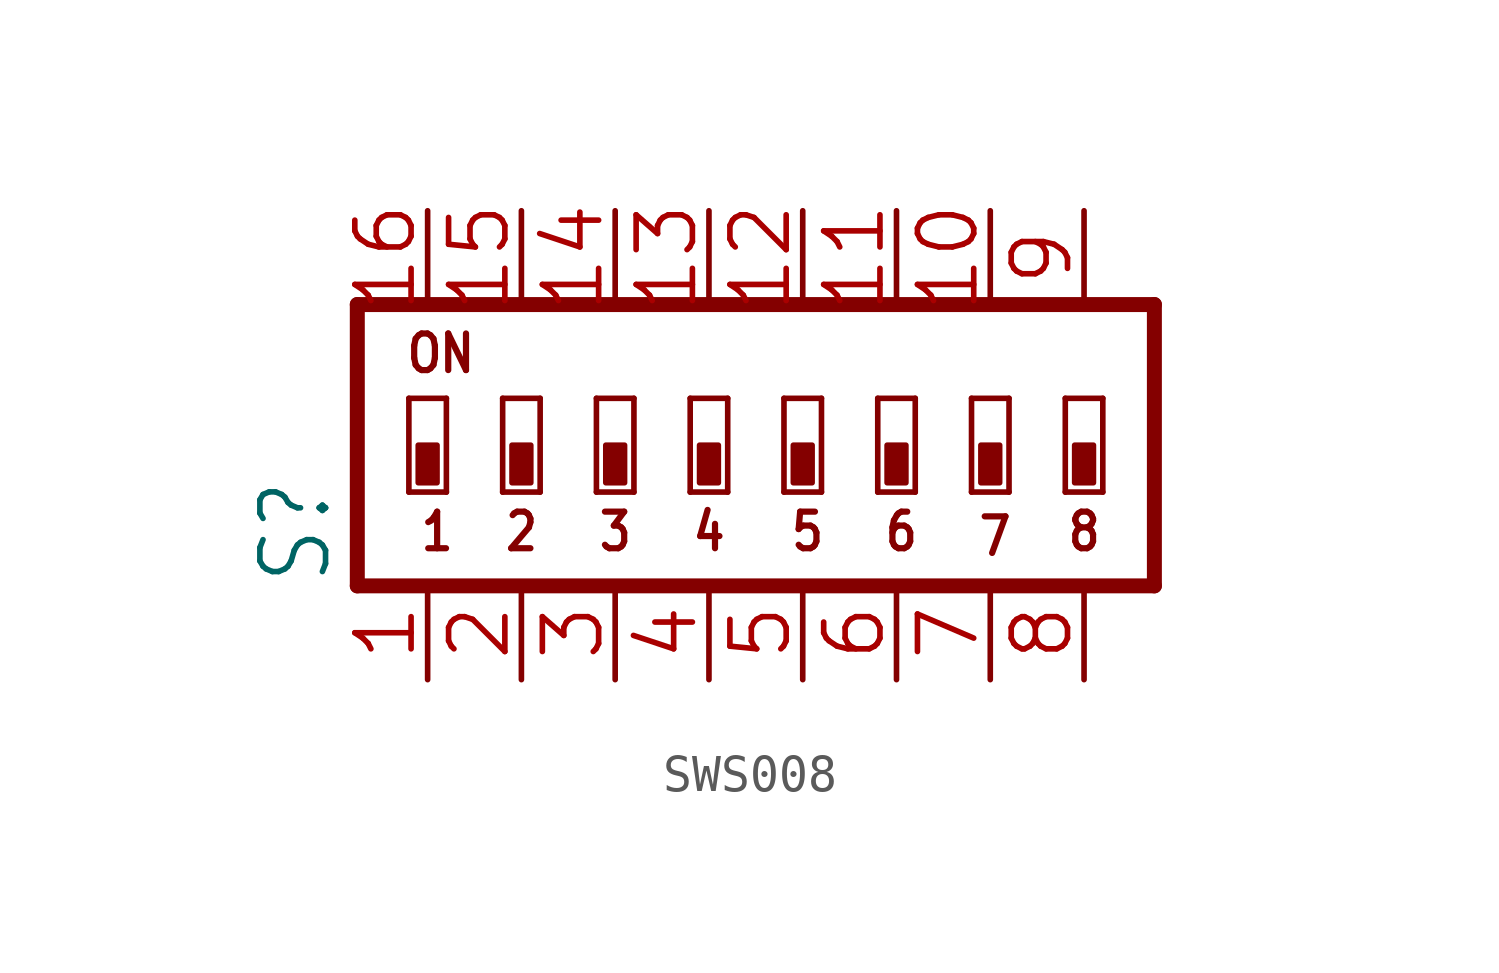
<source format=kicad_sym>
(kicad_symbol_lib
  (version 20241209)
  (generator "kicad_symbol_editor")
  (generator_version "9.0")
  (symbol "SWS008"
    (property "Reference" "S"
      (at -10.16 -2.54 90)
      (effects (font (size 1.778 1.511)) (justify left bottom)))
    (property "Value" ""
      (at 14.605 -2.54 90)
      (effects (font (size 1.778 1.511)) (justify left bottom)))
    (property "ki_locked" ""
      (at 0 0 0)
      (effects (font (size 1.27 1.27))))
    (symbol "SWS008_1_0"
      (polyline (pts (xy -9.525 5.08) (xy -9.525 -2.54)) (stroke (width 0.406) (type solid)) (fill (type none)))
      (polyline (pts (xy -9.525 -2.54) (xy 12.065 -2.54)) (stroke (width 0.406) (type solid)) (fill (type none)))
      (polyline (pts (xy -8.128 2.54) (xy -7.112 2.54)) (stroke (width 0.152) (type solid)) (fill (type none)))
      (polyline (pts (xy -8.128 0) (xy -8.128 2.54)) (stroke (width 0.152) (type solid)) (fill (type none)))
      (rectangle (start -7.874 0.254) (end -7.366 1.27) (stroke (width 0) (type default)) (fill (type outline)))
      (polyline (pts (xy -7.112 2.54) (xy -7.112 0)) (stroke (width 0.152) (type solid)) (fill (type none)))
      (polyline (pts (xy -7.112 0) (xy -8.128 0)) (stroke (width 0.152) (type solid)) (fill (type none)))
      (polyline (pts (xy -5.588 2.54) (xy -4.572 2.54)) (stroke (width 0.152) (type solid)) (fill (type none)))
      (polyline (pts (xy -5.588 0) (xy -5.588 2.54)) (stroke (width 0.152) (type solid)) (fill (type none)))
      (rectangle (start -5.334 0.254) (end -4.826 1.27) (stroke (width 0) (type default)) (fill (type outline)))
      (polyline (pts (xy -4.572 2.54) (xy -4.572 0)) (stroke (width 0.152) (type solid)) (fill (type none)))
      (polyline (pts (xy -4.572 0) (xy -5.588 0)) (stroke (width 0.152) (type solid)) (fill (type none)))
      (polyline (pts (xy -3.048 2.54) (xy -2.032 2.54)) (stroke (width 0.152) (type solid)) (fill (type none)))
      (polyline (pts (xy -3.048 0) (xy -3.048 2.54)) (stroke (width 0.152) (type solid)) (fill (type none)))
      (rectangle (start -2.794 0.254) (end -2.286 1.27) (stroke (width 0) (type default)) (fill (type outline)))
      (polyline (pts (xy -2.032 2.54) (xy -2.032 0)) (stroke (width 0.152) (type solid)) (fill (type none)))
      (polyline (pts (xy -2.032 0) (xy -3.048 0)) (stroke (width 0.152) (type solid)) (fill (type none)))
      (polyline (pts (xy -0.508 2.54) (xy 0.508 2.54)) (stroke (width 0.152) (type solid)) (fill (type none)))
      (polyline (pts (xy -0.508 0) (xy -0.508 2.54)) (stroke (width 0.152) (type solid)) (fill (type none)))
      (rectangle (start -0.254 0.254) (end 0.254 1.27) (stroke (width 0) (type default)) (fill (type outline)))
      (polyline (pts (xy 0.508 2.54) (xy 0.508 0)) (stroke (width 0.152) (type solid)) (fill (type none)))
      (polyline (pts (xy 0.508 0) (xy -0.508 0)) (stroke (width 0.152) (type solid)) (fill (type none)))
      (polyline (pts (xy 2.032 2.54) (xy 3.048 2.54)) (stroke (width 0.152) (type solid)) (fill (type none)))
      (polyline (pts (xy 2.032 0) (xy 2.032 2.54)) (stroke (width 0.152) (type solid)) (fill (type none)))
      (rectangle (start 2.286 0.254) (end 2.794 1.27) (stroke (width 0) (type default)) (fill (type outline)))
      (polyline (pts (xy 3.048 2.54) (xy 3.048 0)) (stroke (width 0.152) (type solid)) (fill (type none)))
      (polyline (pts (xy 3.048 0) (xy 2.032 0)) (stroke (width 0.152) (type solid)) (fill (type none)))
      (polyline (pts (xy 4.572 2.54) (xy 5.588 2.54)) (stroke (width 0.152) (type solid)) (fill (type none)))
      (polyline (pts (xy 4.572 0) (xy 4.572 2.54)) (stroke (width 0.152) (type solid)) (fill (type none)))
      (rectangle (start 4.826 0.254) (end 5.334 1.27) (stroke (width 0) (type default)) (fill (type outline)))
      (polyline (pts (xy 5.588 2.54) (xy 5.588 0)) (stroke (width 0.152) (type solid)) (fill (type none)))
      (polyline (pts (xy 5.588 0) (xy 4.572 0)) (stroke (width 0.152) (type solid)) (fill (type none)))
      (polyline (pts (xy 7.112 2.54) (xy 8.128 2.54)) (stroke (width 0.152) (type solid)) (fill (type none)))
      (polyline (pts (xy 7.112 0) (xy 7.112 2.54)) (stroke (width 0.152) (type solid)) (fill (type none)))
      (rectangle (start 7.366 0.254) (end 7.874 1.27) (stroke (width 0) (type default)) (fill (type outline)))
      (polyline (pts (xy 8.128 2.54) (xy 8.128 0)) (stroke (width 0.152) (type solid)) (fill (type none)))
      (polyline (pts (xy 8.128 0) (xy 7.112 0)) (stroke (width 0.152) (type solid)) (fill (type none)))
      (polyline (pts (xy 9.652 2.54) (xy 10.668 2.54)) (stroke (width 0.152) (type solid)) (fill (type none)))
      (polyline (pts (xy 9.652 0) (xy 9.652 2.54)) (stroke (width 0.152) (type solid)) (fill (type none)))
      (rectangle (start 9.906 0.254) (end 10.414 1.27) (stroke (width 0) (type default)) (fill (type outline)))
      (polyline (pts (xy 10.668 2.54) (xy 10.668 0)) (stroke (width 0.152) (type solid)) (fill (type none)))
      (polyline (pts (xy 10.668 0) (xy 9.652 0)) (stroke (width 0.152) (type solid)) (fill (type none)))
      (polyline (pts (xy 12.065 5.08) (xy -9.525 5.08)) (stroke (width 0.406) (type solid)) (fill (type none)))
      (polyline (pts (xy 12.065 -2.54) (xy 12.065 5.08)) (stroke (width 0.406) (type solid)) (fill (type none)))
      (text "ON" (at -8.255 3.175 0) (effects (font (size 0.991 0.842) (thickness 0.168) (bold yes)) (justify left bottom)))
      (text "1" (at -7.874 -1.651 0) (effects (font (size 0.991 0.842) (thickness 0.168) (bold yes)) (justify left bottom)))
      (text "2" (at -5.588 -1.651 0) (effects (font (size 0.991 0.842) (thickness 0.168) (bold yes)) (justify left bottom)))
      (text "3" (at -3.048 -1.651 0) (effects (font (size 0.991 0.842) (thickness 0.168) (bold yes)) (justify left bottom)))
      (text "4" (at -0.508 -1.651 0) (effects (font (size 0.991 0.842) (thickness 0.168) (bold yes)) (justify left bottom)))
      (text "5" (at 2.159 -1.651 0) (effects (font (size 0.991 0.842) (thickness 0.168) (bold yes)) (justify left bottom)))
      (text "6" (at 4.699 -1.651 0) (effects (font (size 0.991 0.842) (thickness 0.168) (bold yes)) (justify left bottom)))
      (text "7" (at 7.239 -1.778 0) (effects (font (size 0.991 0.842) (thickness 0.168) (bold yes)) (justify left bottom)))
      (text "8" (at 9.652 -1.651 0) (effects (font (size 0.991 0.842) (thickness 0.168) (bold yes)) (justify left bottom)))
      (pin passive line (at -7.62 7.62 270) (length 2.54) (name "16" (effects (font (size 0 0)))) (number "16" (effects (font (size 1.524 1.524)))))
      (pin passive line (at -7.62 -5.08 90) (length 2.54) (name "1" (effects (font (size 0 0)))) (number "1" (effects (font (size 1.524 1.524)))))
      (pin passive line (at -5.08 7.62 270) (length 2.54) (name "15" (effects (font (size 0 0)))) (number "15" (effects (font (size 1.524 1.524)))))
      (pin passive line (at -5.08 -5.08 90) (length 2.54) (name "2" (effects (font (size 0 0)))) (number "2" (effects (font (size 1.524 1.524)))))
      (pin passive line (at -2.54 7.62 270) (length 2.54) (name "14" (effects (font (size 0 0)))) (number "14" (effects (font (size 1.524 1.524)))))
      (pin passive line (at -2.54 -5.08 90) (length 2.54) (name "3" (effects (font (size 0 0)))) (number "3" (effects (font (size 1.524 1.524)))))
      (pin passive line (at 0 7.62 270) (length 2.54) (name "13" (effects (font (size 0 0)))) (number "13" (effects (font (size 1.524 1.524)))))
      (pin passive line (at 0 -5.08 90) (length 2.54) (name "4" (effects (font (size 0 0)))) (number "4" (effects (font (size 1.524 1.524)))))
      (pin passive line (at 2.54 7.62 270) (length 2.54) (name "12" (effects (font (size 0 0)))) (number "12" (effects (font (size 1.524 1.524)))))
      (pin passive line (at 2.54 -5.08 90) (length 2.54) (name "5" (effects (font (size 0 0)))) (number "5" (effects (font (size 1.524 1.524)))))
      (pin passive line (at 5.08 7.62 270) (length 2.54) (name "11" (effects (font (size 0 0)))) (number "11" (effects (font (size 1.524 1.524)))))
      (pin passive line (at 5.08 -5.08 90) (length 2.54) (name "6" (effects (font (size 0 0)))) (number "6" (effects (font (size 1.524 1.524)))))
      (pin passive line (at 7.62 7.62 270) (length 2.54) (name "10" (effects (font (size 0 0)))) (number "10" (effects (font (size 1.524 1.524)))))
      (pin passive line (at 7.62 -5.08 90) (length 2.54) (name "7" (effects (font (size 0 0)))) (number "7" (effects (font (size 1.524 1.524)))))
      (pin passive line (at 10.16 7.62 270) (length 2.54) (name "9" (effects (font (size 0 0)))) (number "9" (effects (font (size 1.524 1.524)))))
      (pin passive line (at 10.16 -5.08 90) (length 2.54) (name "8" (effects (font (size 0 0)))) (number "8" (effects (font (size 1.524 1.524))))))))
</source>
